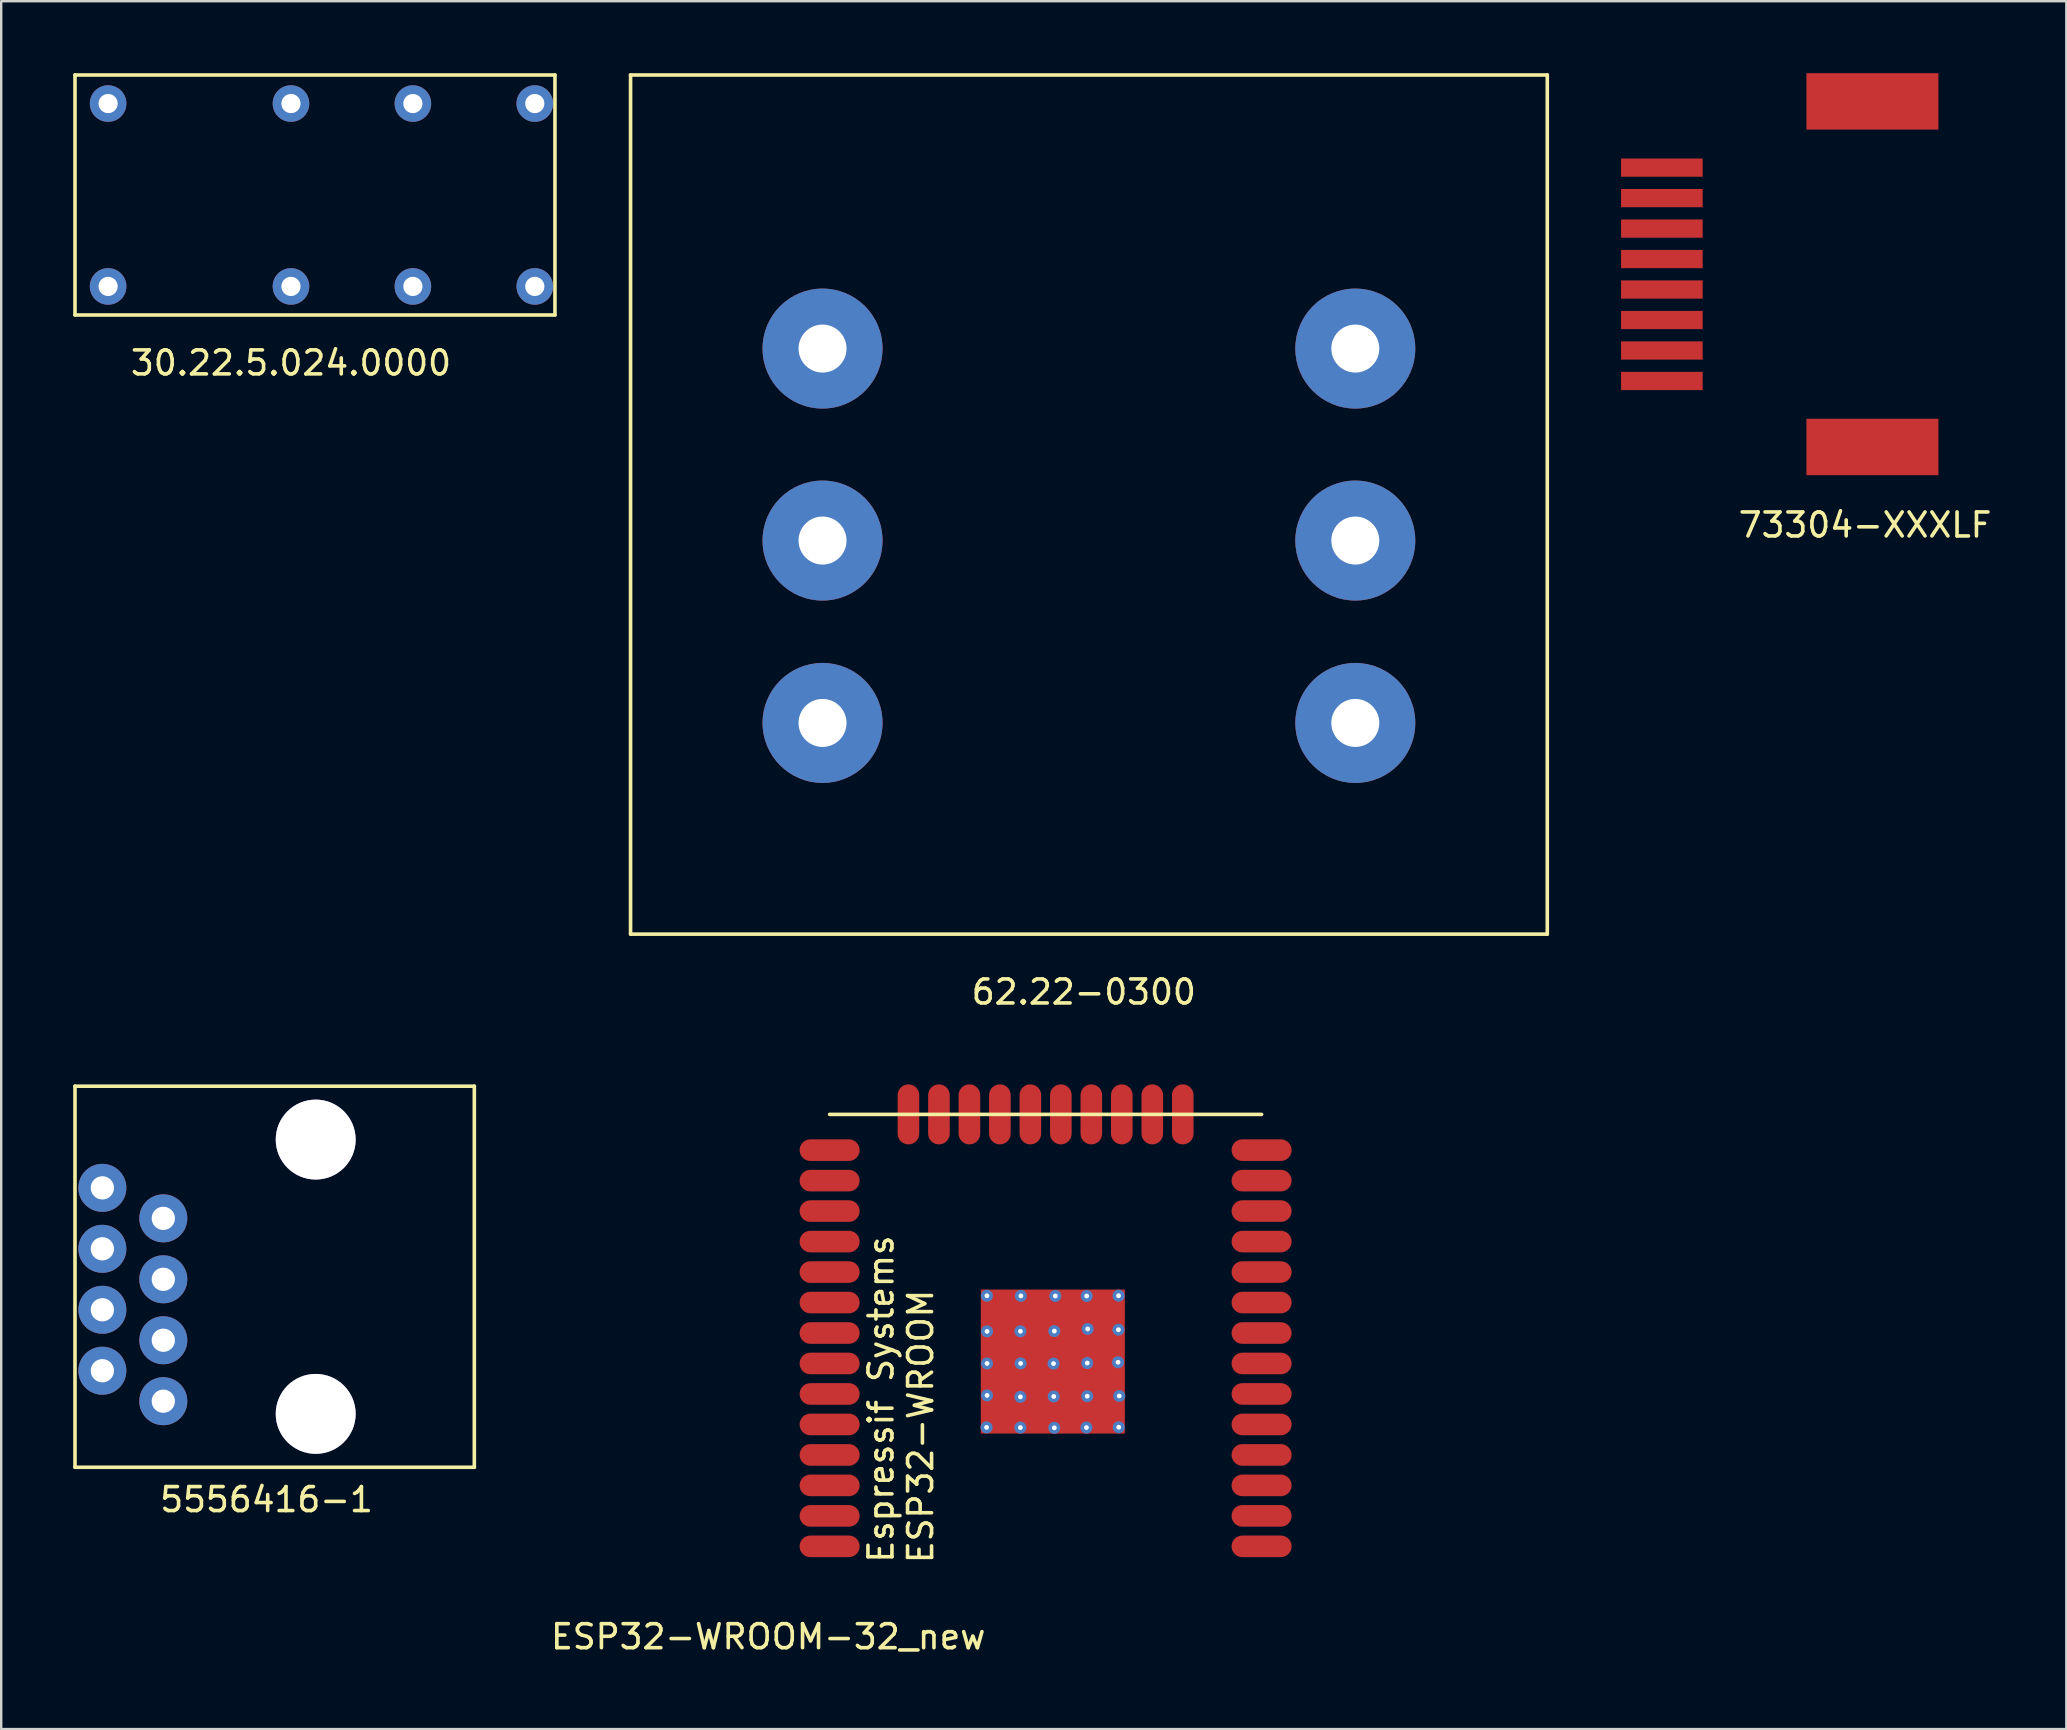
<source format=kicad_pcb>
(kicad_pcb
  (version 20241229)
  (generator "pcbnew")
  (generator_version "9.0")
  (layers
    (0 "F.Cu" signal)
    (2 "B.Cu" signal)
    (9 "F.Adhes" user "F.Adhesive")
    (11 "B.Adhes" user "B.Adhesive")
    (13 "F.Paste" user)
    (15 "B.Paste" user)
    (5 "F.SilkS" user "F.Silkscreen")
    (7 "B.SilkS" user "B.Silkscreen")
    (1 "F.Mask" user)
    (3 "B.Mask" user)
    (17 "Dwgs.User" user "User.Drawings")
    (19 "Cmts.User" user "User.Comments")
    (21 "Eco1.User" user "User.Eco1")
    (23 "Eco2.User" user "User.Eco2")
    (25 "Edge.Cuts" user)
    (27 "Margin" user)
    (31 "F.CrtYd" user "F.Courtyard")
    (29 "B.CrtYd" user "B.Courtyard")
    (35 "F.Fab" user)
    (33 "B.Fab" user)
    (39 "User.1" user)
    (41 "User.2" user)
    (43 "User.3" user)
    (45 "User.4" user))
  (footprint "62.22-0300"
    (layer "F.Cu")
    (at 42.325 17.975)
    (property "Reference" "62.22-0300" (at -0.213 20.312 0) (layer "F.SilkS") (effects (font (size 1 1) (thickness 0.15))))
    (attr through_hole)
    (fp_line (start -19.1 -17.9) (end 19.1 -17.9) (stroke (width 0.15) (type solid)) (layer "F.SilkS"))
    (fp_line (start -19.1 17.9) (end -19.1 -17.9) (stroke (width 0.15) (type solid)) (layer "F.SilkS"))
    (fp_line (start 19.1 -17.9) (end 19.1 17.9) (stroke (width 0.15) (type solid)) (layer "F.SilkS"))
    (fp_line (start 19.1 17.9) (end -19.1 17.9) (stroke (width 0.15) (type solid)) (layer "F.SilkS"))
    (pad "4" thru_hole circle (at -11.1 -6.5) (size 5 5) (drill 2) (layers "*.Cu" "*.Mask"))
    (pad "6" thru_hole circle (at 11.1 -6.5) (size 5 5) (drill 2) (layers "*.Cu" "*.Mask"))
    (pad "7" thru_hole circle (at -11.1 1.5) (size 5 5) (drill 2) (layers "*.Cu" "*.Mask"))
    (pad "9" thru_hole circle (at 11.1 1.5) (size 5 5) (drill 2) (layers "*.Cu" "*.Mask"))
    (pad "A" thru_hole circle (at -11.1 9.1) (size 5 5) (drill 2) (layers "*.Cu" "*.Mask"))
    (pad "B" thru_hole circle (at 11.1 9.1) (size 5 5) (drill 2) (layers "*.Cu" "*.Mask")))
  (footprint "5556416-1"
    (layer "F.Cu")
    (at 8.395 50.151)
    (property "Reference" "5556416-1" (at -0.338 9.289 0) (layer "F.SilkS") (effects (font (size 1 1) (thickness 0.15))))
    (attr through_hole)
    (fp_line (start -8.32 -7.94) (end 8.32 -7.94) (stroke (width 0.15) (type solid)) (layer "F.SilkS"))
    (fp_line (start -8.32 7.94) (end -8.32 -7.94) (stroke (width 0.15) (type solid)) (layer "F.SilkS"))
    (fp_line (start 8.32 -7.94) (end 8.32 7.94) (stroke (width 0.15) (type solid)) (layer "F.SilkS"))
    (fp_line (start 8.32 7.94) (end -8.32 7.94) (stroke (width 0.15) (type solid)) (layer "F.SilkS"))
    (pad "" thru_hole circle (at 1.71 -5.715) (size 3.33 3.33) (drill 3.33) (layers "*.Cu" "*.Mask"))
    (pad "" thru_hole circle (at 1.71 5.715) (size 3.33 3.33) (drill 3.33) (layers "*.Cu" "*.Mask"))
    (pad "1" thru_hole circle (at -4.64 5.187) (size 2 2) (drill 0.97) (layers "*.Cu" "*.Mask"))
    (pad "2" thru_hole circle (at -7.18 3.917) (size 2 2) (drill 0.97) (layers "*.Cu" "*.Mask"))
    (pad "3" thru_hole circle (at -4.64 2.647) (size 2 2) (drill 0.97) (layers "*.Cu" "*.Mask"))
    (pad "4" thru_hole circle (at -7.18 1.377) (size 2 2) (drill 0.97) (layers "*.Cu" "*.Mask"))
    (pad "5" thru_hole circle (at -4.64 0.107) (size 2 2) (drill 0.97) (layers "*.Cu" "*.Mask"))
    (pad "6" thru_hole circle (at -7.18 -1.163) (size 2 2) (drill 0.97) (layers "*.Cu" "*.Mask"))
    (pad "7" thru_hole circle (at -4.64 -2.433) (size 2 2) (drill 0.97) (layers "*.Cu" "*.Mask"))
    (pad "8" thru_hole circle (at -7.18 -3.703) (size 2 2) (drill 0.97) (layers "*.Cu" "*.Mask")))
  (footprint "73304-XXXLF"
    (layer "F.Cu")
    (at 74.973 8.375)
    (property "Reference" "73304-XXXLF" (at -0.307 10.452 0) (layer "F.SilkS") (effects (font (size 1 1) (thickness 0.15))))
    (attr through_hole)
    (pad "" smd rect (at 0 -7.2) (size 5.5 2.35) (layers "F.Cu" "F.Mask" "F.Paste"))
    (pad "" smd rect (at 0 7.2) (size 5.5 2.35) (layers "F.Cu" "F.Mask" "F.Paste"))
    (pad "1" smd rect (at -8.773 -4.44) (size 3.4 0.76) (layers "F.Cu" "F.Mask" "F.Paste"))
    (pad "2" smd rect (at -8.773 -3.17) (size 3.4 0.76) (layers "F.Cu" "F.Mask" "F.Paste"))
    (pad "3" smd rect (at -8.773 -1.9) (size 3.4 0.76) (layers "F.Cu" "F.Mask" "F.Paste"))
    (pad "4" smd rect (at -8.773 -0.63) (size 3.4 0.76) (layers "F.Cu" "F.Mask" "F.Paste"))
    (pad "5" smd rect (at -8.773 0.64) (size 3.4 0.76) (layers "F.Cu" "F.Mask" "F.Paste"))
    (pad "6" smd rect (at -8.773 1.91) (size 3.4 0.76) (layers "F.Cu" "F.Mask" "F.Paste"))
    (pad "7" smd rect (at -8.773 3.18) (size 3.4 0.76) (layers "F.Cu" "F.Mask" "F.Paste"))
    (pad "8" smd rect (at -8.773 4.45) (size 3.4 0.76) (layers "F.Cu" "F.Mask" "F.Paste")))
  (footprint "30.22.5.024.0000"
    (layer "F.Cu")
    (at 9.075 5.075)
    (property "Reference" "30.22.5.024.0000" (at 0 7 0) (layer "F.SilkS") (effects (font (size 1 1) (thickness 0.15))))
    (attr through_hole)
    (fp_line (start -9 -5) (end -9 5) (stroke (width 0.15) (type solid)) (layer "F.SilkS"))
    (fp_line (start -9 5) (end 11 5) (stroke (width 0.15) (type solid)) (layer "F.SilkS"))
    (fp_line (start 11 -5) (end -9 -5) (stroke (width 0.15) (type solid)) (layer "F.SilkS"))
    (fp_line (start 11 5) (end 11 -5) (stroke (width 0.15) (type solid)) (layer "F.SilkS"))
    (pad "11" thru_hole circle (at 0 -3.81) (size 1.524 1.524) (drill 0.8) (layers "*.Cu" "*.Mask"))
    (pad "12" thru_hole circle (at 5.08 -3.81) (size 1.524 1.524) (drill 0.8) (layers "*.Cu" "*.Mask"))
    (pad "14" thru_hole circle (at 10.16 -3.81) (size 1.524 1.524) (drill 0.8) (layers "*.Cu" "*.Mask"))
    (pad "21" thru_hole circle (at 0 3.81) (size 1.524 1.524) (drill 0.8) (layers "*.Cu" "*.Mask"))
    (pad "22" thru_hole circle (at 5.08 3.81) (size 1.524 1.524) (drill 0.8) (layers "*.Cu" "*.Mask"))
    (pad "24" thru_hole circle (at 10.16 3.81) (size 1.524 1.524) (drill 0.8) (layers "*.Cu" "*.Mask"))
    (pad "A1" thru_hole circle (at -7.62 -3.81) (size 1.524 1.524) (drill 0.8) (layers "*.Cu" "*.Mask"))
    (pad "A2" thru_hole circle (at -7.62 3.81) (size 1.524 1.524) (drill 0.8) (layers "*.Cu" "*.Mask")))
  (footprint "ESP32-WROOM-32_new"
    (layer "F.Cu")
    (at 40.52 56.136)
    (property "Reference" "ESP32-WROOM-32_new" (at -11.557 9.017 0) (layer "F.SilkS") (effects (font (size 1 1) (thickness 0.15))))
    (attr through_hole)
    (fp_line (start -9 -12.75) (end 9 -12.75) (stroke (width 0.15) (type solid)) (layer "F.SilkS"))
    (fp_text user "ESP32-WROOM" (at -5.207 0.254 90) (layer "F.SilkS") (effects (font (size 1 1) (thickness 0.15))))
    (fp_text user "Espressif Systems" (at -6.858 -0.889 90) (layer "F.SilkS") (effects (font (size 1 1) (thickness 0.15))))
    (pad "1" smd oval (at 9 5.25) (size 2.5 0.9) (layers "F.Cu" "F.Mask" "F.Paste"))
    (pad "2" smd oval (at 9 3.98) (size 2.5 0.9) (layers "F.Cu" "F.Mask" "F.Paste"))
    (pad "3" smd oval (at 9 2.71) (size 2.5 0.9) (layers "F.Cu" "F.Mask" "F.Paste"))
    (pad "4" smd oval (at 9 1.44) (size 2.5 0.9) (layers "F.Cu" "F.Mask" "F.Paste"))
    (pad "5" smd oval (at 9 0.17) (size 2.5 0.9) (layers "F.Cu" "F.Mask" "F.Paste"))
    (pad "6" smd oval (at 9 -1.1) (size 2.5 0.9) (layers "F.Cu" "F.Mask" "F.Paste"))
    (pad "7" smd oval (at 9 -2.37) (size 2.5 0.9) (layers "F.Cu" "F.Mask" "F.Paste"))
    (pad "8" smd oval (at 9 -3.64) (size 2.5 0.9) (layers "F.Cu" "F.Mask" "F.Paste"))
    (pad "9" smd oval (at 9 -4.91) (size 2.5 0.9) (layers "F.Cu" "F.Mask" "F.Paste"))
    (pad "10" smd oval (at 9 -6.18) (size 2.5 0.9) (layers "F.Cu" "F.Mask" "F.Paste"))
    (pad "11" smd oval (at 9 -7.45) (size 2.5 0.9) (layers "F.Cu" "F.Mask" "F.Paste"))
    (pad "12" smd oval (at 9 -8.72) (size 2.5 0.9) (layers "F.Cu" "F.Mask" "F.Paste"))
    (pad "13" smd oval (at 9 -9.99) (size 2.5 0.9) (layers "F.Cu" "F.Mask" "F.Paste"))
    (pad "14" smd oval (at 9 -11.26) (size 2.5 0.9) (layers "F.Cu" "F.Mask" "F.Paste"))
    (pad "15" smd oval (at 5.715 -12.75) (size 0.9 2.5) (layers "F.Cu" "F.Mask" "F.Paste"))
    (pad "16" smd oval (at 4.445 -12.75) (size 0.9 2.5) (layers "F.Cu" "F.Mask" "F.Paste"))
    (pad "17" smd oval (at 3.175 -12.75) (size 0.9 2.5) (layers "F.Cu" "F.Mask" "F.Paste"))
    (pad "18" smd oval (at 1.905 -12.75) (size 0.9 2.5) (layers "F.Cu" "F.Mask" "F.Paste"))
    (pad "19" smd oval (at 0.635 -12.75) (size 0.9 2.5) (layers "F.Cu" "F.Mask" "F.Paste"))
    (pad "20" smd oval (at -0.635 -12.75) (size 0.9 2.5) (layers "F.Cu" "F.Mask" "F.Paste"))
    (pad "21" smd oval (at -1.905 -12.75) (size 0.9 2.5) (layers "F.Cu" "F.Mask" "F.Paste"))
    (pad "22" smd oval (at -3.175 -12.75) (size 0.9 2.5) (layers "F.Cu" "F.Mask" "F.Paste"))
    (pad "23" smd oval (at -4.445 -12.75) (size 0.9 2.5) (layers "F.Cu" "F.Mask" "F.Paste"))
    (pad "24" smd oval (at -5.715 -12.75) (size 0.9 2.5) (layers "F.Cu" "F.Mask" "F.Paste"))
    (pad "25" smd oval (at -9 -11.26) (size 2.5 0.9) (layers "F.Cu" "F.Mask" "F.Paste"))
    (pad "26" smd oval (at -9 -9.99) (size 2.5 0.9) (layers "F.Cu" "F.Mask" "F.Paste"))
    (pad "27" smd oval (at -9 -8.72) (size 2.5 0.9) (layers "F.Cu" "F.Mask" "F.Paste"))
    (pad "28" smd oval (at -9 -7.45) (size 2.5 0.9) (layers "F.Cu" "F.Mask" "F.Paste"))
    (pad "29" smd oval (at -9 -6.18) (size 2.5 0.9) (layers "F.Cu" "F.Mask" "F.Paste"))
    (pad "30" smd oval (at -9 -4.91) (size 2.5 0.9) (layers "F.Cu" "F.Mask" "F.Paste"))
    (pad "31" smd oval (at -9 -3.64) (size 2.5 0.9) (layers "F.Cu" "F.Mask" "F.Paste"))
    (pad "32" smd oval (at -9 -2.37) (size 2.5 0.9) (layers "F.Cu" "F.Mask" "F.Paste"))
    (pad "33" smd oval (at -9 -1.1) (size 2.5 0.9) (layers "F.Cu" "F.Mask" "F.Paste"))
    (pad "34" smd oval (at -9 0.17) (size 2.5 0.9) (layers "F.Cu" "F.Mask" "F.Paste"))
    (pad "35" smd oval (at -9 1.44) (size 2.5 0.9) (layers "F.Cu" "F.Mask" "F.Paste"))
    (pad "36" smd oval (at -9 2.71) (size 2.5 0.9) (layers "F.Cu" "F.Mask" "F.Paste"))
    (pad "37" smd oval (at -9 3.98) (size 2.5 0.9) (layers "F.Cu" "F.Mask" "F.Paste"))
    (pad "38" smd oval (at -9 5.25) (size 2.5 0.9) (layers "F.Cu" "F.Mask" "F.Paste"))
    (pad "39" thru_hole circle (at -2.459 0.292) (size 0.5 0.5) (drill 0.2) (layers "*.Cu"))
    (pad "39" thru_hole circle (at -2.446 -5.192) (size 0.5 0.5) (drill 0.2) (layers "*.Cu"))
    (pad "39" thru_hole circle (at -2.441 -3.708) (size 0.5 0.5) (drill 0.2) (layers "*.Cu"))
    (pad "39" thru_hole circle (at -2.441 -2.37) (size 0.5 0.5) (drill 0.2) (layers "*.Cu"))
    (pad "39" thru_hole circle (at -2.441 -1.039) (size 0.5 0.5) (drill 0.2) (layers "*.Cu"))
    (pad "39" smd rect (at -1.742 -4.445) (size 1.2 1.2) (layers "F.Cu" "F.Paste"))
    (pad "39" smd rect (at -1.732 -3.03) (size 1.2 1.2) (layers "F.Cu" "F.Paste"))
    (pad "39" smd rect (at -1.722 -1.661) (size 1.2 1.2) (layers "F.Cu" "F.Paste"))
    (pad "39" smd rect (at -1.709 -0.348) (size 1.2 1.2) (layers "F.Cu" "F.Paste"))
    (pad "39" thru_hole circle (at -1.052 -3.711) (size 0.5 0.5) (drill 0.2) (layers "*.Cu"))
    (pad "39" thru_hole circle (at -1.052 -0.98) (size 0.5 0.5) (drill 0.2) (layers "*.Cu"))
    (pad "39" thru_hole circle (at -1.052 0.3) (size 0.5 0.5) (drill 0.2) (layers "*.Cu"))
    (pad "39" thru_hole circle (at -1.041 -2.372) (size 0.5 0.5) (drill 0.2) (layers "*.Cu"))
    (pad "39" thru_hole circle (at -1.031 -5.187) (size 0.5 0.5) (drill 0.2) (layers "*.Cu"))
    (pad "39" smd rect (at -0.351 -4.468) (size 1.2 1.2) (layers "F.Cu" "F.Paste"))
    (pad "39" smd rect (at -0.34 -3.025) (size 1.2 1.2) (layers "F.Cu" "F.Paste"))
    (pad "39" smd rect (at -0.328 -1.641) (size 1.2 1.2) (layers "F.Cu" "F.Paste"))
    (pad "39" smd rect (at -0.318 -0.325) (size 1.2 1.2) (layers "F.Cu" "F.Paste"))
    (pad "39" smd rect (at 0.3 -2.45) (size 6 6) (layers "F.Cu" "F.Mask"))
    (pad "39" thru_hole circle (at 0.33 -2.365) (size 0.5 0.5) (drill 0.2) (layers "*.Cu"))
    (pad "39" thru_hole circle (at 0.34 -0.996) (size 0.5 0.5) (drill 0.2) (layers "*.Cu"))
    (pad "39" thru_hole circle (at 0.363 -3.721) (size 0.5 0.5) (drill 0.2) (layers "*.Cu"))
    (pad "39" thru_hole circle (at 0.363 0.31) (size 0.5 0.5) (drill 0.2) (layers "*.Cu"))
    (pad "39" thru_hole circle (at 0.406 -5.182) (size 0.5 0.5) (drill 0.2) (layers "*.Cu"))
    (pad "39" smd rect (at 1.021 -4.478) (size 1.2 1.2) (layers "F.Cu" "F.Paste"))
    (pad "39" smd rect (at 1.054 -3.056) (size 1.2 1.2) (layers "F.Cu" "F.Paste"))
    (pad "39" smd rect (at 1.064 -1.654) (size 1.2 1.2) (layers "F.Cu" "F.Paste"))
    (pad "39" smd rect (at 1.064 -0.292) (size 1.2 1.2) (layers "F.Cu" "F.Paste"))
    (pad "39" thru_hole circle (at 1.702 0.3) (size 0.5 0.5) (drill 0.2) (layers "*.Cu"))
    (pad "39" thru_hole circle (at 1.712 -5.182) (size 0.5 0.5) (drill 0.2) (layers "*.Cu"))
    (pad "39" thru_hole circle (at 1.735 -2.388) (size 0.5 0.5) (drill 0.2) (layers "*.Cu"))
    (pad "39" thru_hole circle (at 1.735 -1.006) (size 0.5 0.5) (drill 0.2) (layers "*.Cu"))
    (pad "39" thru_hole circle (at 1.755 -3.81) (size 0.5 0.5) (drill 0.2) (layers "*.Cu"))
    (pad "39" smd rect (at 2.403 -3.111) (size 1.2 1.2) (layers "F.Cu" "F.Paste"))
    (pad "39" smd rect (at 2.413 -4.511) (size 1.2 1.2) (layers "F.Cu" "F.Paste"))
    (pad "39" smd rect (at 2.433 -0.315) (size 1.2 1.2) (layers "F.Cu" "F.Paste"))
    (pad "39" smd rect (at 2.436 -1.664) (size 1.2 1.2) (layers "F.Cu" "F.Paste"))
    (pad "39" thru_hole circle (at 3.018 -2.421) (size 0.5 0.5) (drill 0.2) (layers "*.Cu"))
    (pad "39" thru_hole circle (at 3.035 -3.777) (size 0.5 0.5) (drill 0.2) (layers "*.Cu"))
    (pad "39" thru_hole circle (at 3.04 -5.194) (size 0.5 0.5) (drill 0.2) (layers "*.Cu"))
    (pad "39" thru_hole circle (at 3.048 0.287) (size 0.5 0.5) (drill 0.2) (layers "*.Cu"))
    (pad "39" thru_hole circle (at 3.068 -1.016) (size 0.5 0.5) (drill 0.2) (layers "*.Cu")))
  (gr_rect
    (start -3 -3)
    (end 83.053 69.001)
    (stroke (width 0.1) (type default))
    (fill no)
    (layer "Edge.Cuts")))
</source>
